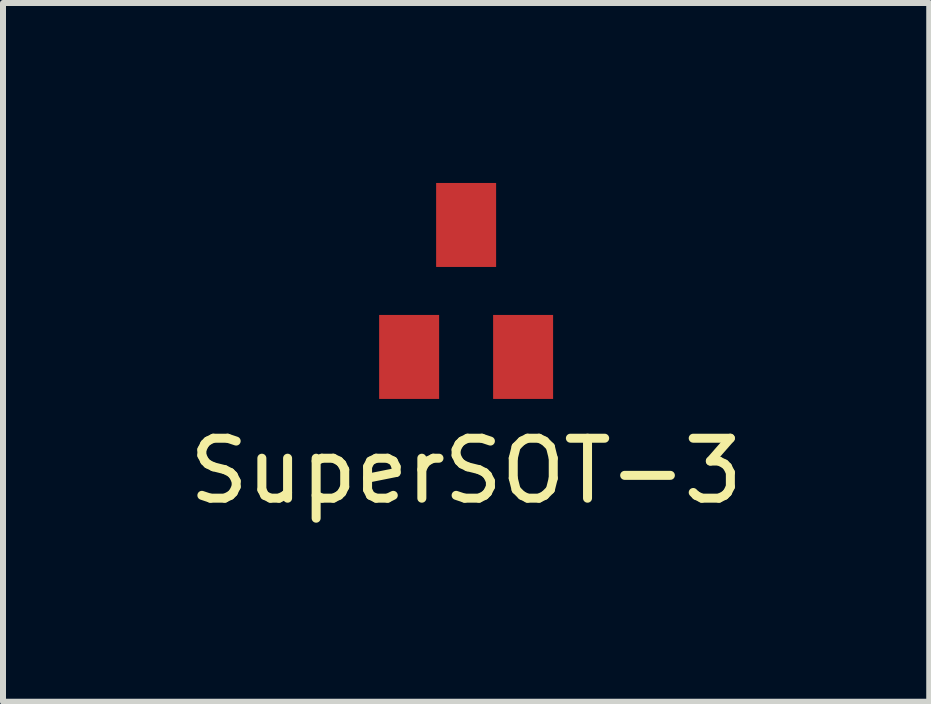
<source format=kicad_pcb>
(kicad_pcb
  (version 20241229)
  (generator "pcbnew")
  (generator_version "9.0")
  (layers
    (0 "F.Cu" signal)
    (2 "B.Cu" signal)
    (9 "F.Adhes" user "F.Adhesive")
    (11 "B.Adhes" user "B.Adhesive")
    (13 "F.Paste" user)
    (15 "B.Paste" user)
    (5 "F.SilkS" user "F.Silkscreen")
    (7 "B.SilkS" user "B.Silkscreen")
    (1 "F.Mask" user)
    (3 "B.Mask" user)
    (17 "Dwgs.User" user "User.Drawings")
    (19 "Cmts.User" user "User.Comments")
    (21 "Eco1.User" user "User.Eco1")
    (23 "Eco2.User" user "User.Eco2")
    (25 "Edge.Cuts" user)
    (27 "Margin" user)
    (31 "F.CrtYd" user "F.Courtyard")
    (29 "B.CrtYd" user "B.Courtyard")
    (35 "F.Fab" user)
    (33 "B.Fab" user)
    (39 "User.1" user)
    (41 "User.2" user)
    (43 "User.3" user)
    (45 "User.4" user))
  (footprint "SuperSOT-3"
    (layer "F.Cu")
    (at 4.72 1.8)
    (property "Reference" "SuperSOT-3" (at 0 3 0) (layer "F.SilkS") (effects (font (size 1 1) (thickness 0.15))))
    (attr through_hole)
    (pad "1" smd rect (at -0.95 1.1) (size 1 1.4) (layers "F.Cu" "F.Mask" "F.Paste"))
    (pad "2" smd rect (at 0.95 1.1) (size 1 1.4) (layers "F.Cu" "F.Mask" "F.Paste"))
    (pad "3" smd rect (at 0 -1.1) (size 1 1.4) (layers "F.Cu" "F.Mask" "F.Paste")))
  (gr_rect
    (start -3 -3)
    (end 12.44 8.648)
    (stroke (width 0.1) (type default))
    (fill no)
    (layer "Edge.Cuts")))
</source>
